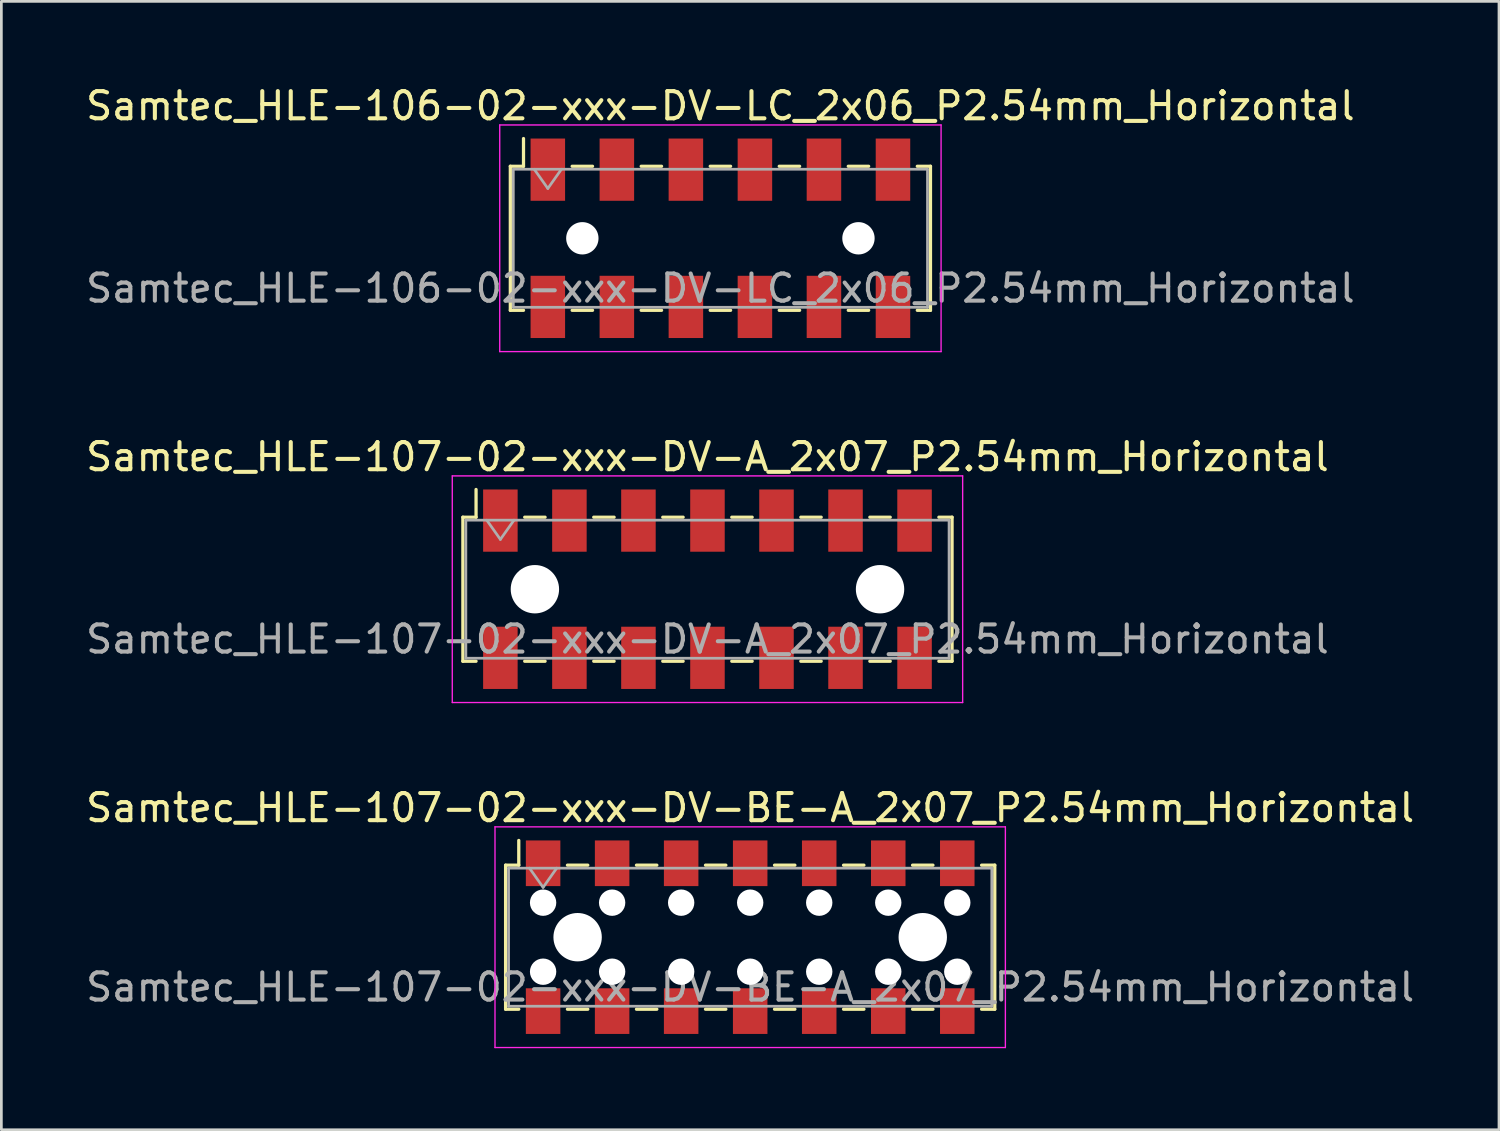
<source format=kicad_pcb>
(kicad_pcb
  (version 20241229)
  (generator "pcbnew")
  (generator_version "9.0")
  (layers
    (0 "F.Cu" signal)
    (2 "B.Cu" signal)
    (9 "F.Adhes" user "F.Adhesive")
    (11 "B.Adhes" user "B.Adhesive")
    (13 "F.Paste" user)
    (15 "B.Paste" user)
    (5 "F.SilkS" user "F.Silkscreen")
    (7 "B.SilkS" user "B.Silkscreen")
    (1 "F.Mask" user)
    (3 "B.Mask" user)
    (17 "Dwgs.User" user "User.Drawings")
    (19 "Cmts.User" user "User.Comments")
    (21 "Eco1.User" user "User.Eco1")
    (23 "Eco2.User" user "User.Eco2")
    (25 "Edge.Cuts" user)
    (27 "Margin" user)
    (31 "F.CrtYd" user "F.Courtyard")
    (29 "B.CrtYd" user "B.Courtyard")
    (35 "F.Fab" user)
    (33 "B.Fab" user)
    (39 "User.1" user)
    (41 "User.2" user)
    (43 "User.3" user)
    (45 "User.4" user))
  (footprint "Samtec_HLE-107-02-xxx-DV-A_2x07_P2.54mm_Horizontal"
    (layer "F.Cu")
    (at 22.982 18.631)
    (property "Reference" "Samtec_HLE-107-02-xxx-DV-A_2x07_P2.54mm_Horizontal" (at 0 -4.87 0) (layer "F.SilkS") (effects (font (size 1 1) (thickness 0.15))))
    (attr smd)
    (fp_line (start -9 -2.65) (end -9 2.65) (stroke (width 0.12) (type solid)) (layer "F.SilkS"))
    (fp_line (start -9 2.65) (end -8.515 2.65) (stroke (width 0.12) (type solid)) (layer "F.SilkS"))
    (fp_line (start -8.515 -3.67) (end -8.515 -2.65) (stroke (width 0.12) (type solid)) (layer "F.SilkS"))
    (fp_line (start -8.515 -2.65) (end -9 -2.65) (stroke (width 0.12) (type solid)) (layer "F.SilkS"))
    (fp_line (start -6.725 -2.65) (end -5.975 -2.65) (stroke (width 0.12) (type solid)) (layer "F.SilkS"))
    (fp_line (start -6.725 2.65) (end -5.975 2.65) (stroke (width 0.12) (type solid)) (layer "F.SilkS"))
    (fp_line (start -4.185 -2.65) (end -3.435 -2.65) (stroke (width 0.12) (type solid)) (layer "F.SilkS"))
    (fp_line (start -4.185 2.65) (end -3.435 2.65) (stroke (width 0.12) (type solid)) (layer "F.SilkS"))
    (fp_line (start -1.645 -2.65) (end -0.895 -2.65) (stroke (width 0.12) (type solid)) (layer "F.SilkS"))
    (fp_line (start -1.645 2.65) (end -0.895 2.65) (stroke (width 0.12) (type solid)) (layer "F.SilkS"))
    (fp_line (start 0.895 -2.65) (end 1.645 -2.65) (stroke (width 0.12) (type solid)) (layer "F.SilkS"))
    (fp_line (start 0.895 2.65) (end 1.645 2.65) (stroke (width 0.12) (type solid)) (layer "F.SilkS"))
    (fp_line (start 3.435 -2.65) (end 4.185 -2.65) (stroke (width 0.12) (type solid)) (layer "F.SilkS"))
    (fp_line (start 3.435 2.65) (end 4.185 2.65) (stroke (width 0.12) (type solid)) (layer "F.SilkS"))
    (fp_line (start 5.975 -2.65) (end 6.725 -2.65) (stroke (width 0.12) (type solid)) (layer "F.SilkS"))
    (fp_line (start 5.975 2.65) (end 6.725 2.65) (stroke (width 0.12) (type solid)) (layer "F.SilkS"))
    (fp_line (start 8.515 -2.65) (end 9 -2.65) (stroke (width 0.12) (type solid)) (layer "F.SilkS"))
    (fp_line (start 9 -2.65) (end 9 2.65) (stroke (width 0.12) (type solid)) (layer "F.SilkS"))
    (fp_line (start 9 2.65) (end 8.515 2.65) (stroke (width 0.12) (type solid)) (layer "F.SilkS"))
    (fp_line (start -9.39 -4.17) (end 9.39 -4.17) (stroke (width 0.05) (type solid)) (layer "F.CrtYd"))
    (fp_line (start -9.39 4.17) (end -9.39 -4.17) (stroke (width 0.05) (type solid)) (layer "F.CrtYd"))
    (fp_line (start 9.39 -4.17) (end 9.39 4.17) (stroke (width 0.05) (type solid)) (layer "F.CrtYd"))
    (fp_line (start 9.39 4.17) (end -9.39 4.17) (stroke (width 0.05) (type solid)) (layer "F.CrtYd"))
    (fp_line (start -8.89 -2.54) (end 8.89 -2.54) (stroke (width 0.1) (type solid)) (layer "F.Fab"))
    (fp_line (start -8.89 2.54) (end -8.89 -2.54) (stroke (width 0.1) (type solid)) (layer "F.Fab"))
    (fp_line (start -8.12 -2.54) (end -7.62 -1.833) (stroke (width 0.1) (type solid)) (layer "F.Fab"))
    (fp_line (start -7.62 -1.833) (end -7.12 -2.54) (stroke (width 0.1) (type solid)) (layer "F.Fab"))
    (fp_line (start 8.89 -2.54) (end 8.89 2.54) (stroke (width 0.1) (type solid)) (layer "F.Fab"))
    (fp_line (start 8.89 2.54) (end -8.89 2.54) (stroke (width 0.1) (type solid)) (layer "F.Fab"))
    (fp_text user "${REFERENCE}" (at 0 1.84 0) (layer "F.Fab") (effects (font (size 1 1) (thickness 0.15))))
    (pad "" np_thru_hole circle (at -6.35 0) (size 1.78 1.78) (drill 1.78) (layers "*.Cu" "*.Mask"))
    (pad "" np_thru_hole circle (at 6.35 0) (size 1.78 1.78) (drill 1.78) (layers "*.Cu" "*.Mask"))
    (pad "1" smd rect (at -7.62 -2.525) (size 1.27 2.29) (layers "F.Cu" "F.Mask" "F.Paste"))
    (pad "2" smd rect (at -7.62 2.525) (size 1.27 2.29) (layers "F.Cu" "F.Mask" "F.Paste"))
    (pad "3" smd rect (at -5.08 -2.525) (size 1.27 2.29) (layers "F.Cu" "F.Mask" "F.Paste"))
    (pad "4" smd rect (at -5.08 2.525) (size 1.27 2.29) (layers "F.Cu" "F.Mask" "F.Paste"))
    (pad "5" smd rect (at -2.54 -2.525) (size 1.27 2.29) (layers "F.Cu" "F.Mask" "F.Paste"))
    (pad "6" smd rect (at -2.54 2.525) (size 1.27 2.29) (layers "F.Cu" "F.Mask" "F.Paste"))
    (pad "7" smd rect (at 0 -2.525) (size 1.27 2.29) (layers "F.Cu" "F.Mask" "F.Paste"))
    (pad "8" smd rect (at 0 2.525) (size 1.27 2.29) (layers "F.Cu" "F.Mask" "F.Paste"))
    (pad "9" smd rect (at 2.54 -2.525) (size 1.27 2.29) (layers "F.Cu" "F.Mask" "F.Paste"))
    (pad "10" smd rect (at 2.54 2.525) (size 1.27 2.29) (layers "F.Cu" "F.Mask" "F.Paste"))
    (pad "11" smd rect (at 5.08 -2.525) (size 1.27 2.29) (layers "F.Cu" "F.Mask" "F.Paste"))
    (pad "12" smd rect (at 5.08 2.525) (size 1.27 2.29) (layers "F.Cu" "F.Mask" "F.Paste"))
    (pad "13" smd rect (at 7.62 -2.525) (size 1.27 2.29) (layers "F.Cu" "F.Mask" "F.Paste"))
    (pad "14" smd rect (at 7.62 2.525) (size 1.27 2.29) (layers "F.Cu" "F.Mask" "F.Paste")))
  (footprint "Samtec_HLE-107-02-xxx-DV-BE-A_2x07_P2.54mm_Horizontal"
    (layer "F.Cu")
    (at 24.554 31.435)
    (property "Reference" "Samtec_HLE-107-02-xxx-DV-BE-A_2x07_P2.54mm_Horizontal" (at 0 -4.76 0) (layer "F.SilkS") (effects (font (size 1 1) (thickness 0.15))))
    (attr smd)
    (fp_line (start -9 -2.65) (end -9 2.65) (stroke (width 0.12) (type solid)) (layer "F.SilkS"))
    (fp_line (start -9 2.65) (end -8.515 2.65) (stroke (width 0.12) (type solid)) (layer "F.SilkS"))
    (fp_line (start -8.515 -3.56) (end -8.515 -2.65) (stroke (width 0.12) (type solid)) (layer "F.SilkS"))
    (fp_line (start -8.515 -2.65) (end -9 -2.65) (stroke (width 0.12) (type solid)) (layer "F.SilkS"))
    (fp_line (start -6.725 -2.65) (end -5.975 -2.65) (stroke (width 0.12) (type solid)) (layer "F.SilkS"))
    (fp_line (start -6.725 2.65) (end -5.975 2.65) (stroke (width 0.12) (type solid)) (layer "F.SilkS"))
    (fp_line (start -4.185 -2.65) (end -3.435 -2.65) (stroke (width 0.12) (type solid)) (layer "F.SilkS"))
    (fp_line (start -4.185 2.65) (end -3.435 2.65) (stroke (width 0.12) (type solid)) (layer "F.SilkS"))
    (fp_line (start -1.645 -2.65) (end -0.895 -2.65) (stroke (width 0.12) (type solid)) (layer "F.SilkS"))
    (fp_line (start -1.645 2.65) (end -0.895 2.65) (stroke (width 0.12) (type solid)) (layer "F.SilkS"))
    (fp_line (start 0.895 -2.65) (end 1.645 -2.65) (stroke (width 0.12) (type solid)) (layer "F.SilkS"))
    (fp_line (start 0.895 2.65) (end 1.645 2.65) (stroke (width 0.12) (type solid)) (layer "F.SilkS"))
    (fp_line (start 3.435 -2.65) (end 4.185 -2.65) (stroke (width 0.12) (type solid)) (layer "F.SilkS"))
    (fp_line (start 3.435 2.65) (end 4.185 2.65) (stroke (width 0.12) (type solid)) (layer "F.SilkS"))
    (fp_line (start 5.975 -2.65) (end 6.725 -2.65) (stroke (width 0.12) (type solid)) (layer "F.SilkS"))
    (fp_line (start 5.975 2.65) (end 6.725 2.65) (stroke (width 0.12) (type solid)) (layer "F.SilkS"))
    (fp_line (start 8.515 -2.65) (end 9 -2.65) (stroke (width 0.12) (type solid)) (layer "F.SilkS"))
    (fp_line (start 9 -2.65) (end 9 2.65) (stroke (width 0.12) (type solid)) (layer "F.SilkS"))
    (fp_line (start 9 2.65) (end 8.515 2.65) (stroke (width 0.12) (type solid)) (layer "F.SilkS"))
    (fp_line (start -9.39 -4.06) (end 9.39 -4.06) (stroke (width 0.05) (type solid)) (layer "F.CrtYd"))
    (fp_line (start -9.39 4.06) (end -9.39 -4.06) (stroke (width 0.05) (type solid)) (layer "F.CrtYd"))
    (fp_line (start 9.39 -4.06) (end 9.39 4.06) (stroke (width 0.05) (type solid)) (layer "F.CrtYd"))
    (fp_line (start 9.39 4.06) (end -9.39 4.06) (stroke (width 0.05) (type solid)) (layer "F.CrtYd"))
    (fp_line (start -8.89 -2.54) (end 8.89 -2.54) (stroke (width 0.1) (type solid)) (layer "F.Fab"))
    (fp_line (start -8.89 2.54) (end -8.89 -2.54) (stroke (width 0.1) (type solid)) (layer "F.Fab"))
    (fp_line (start -8.12 -2.54) (end -7.62 -1.833) (stroke (width 0.1) (type solid)) (layer "F.Fab"))
    (fp_line (start -7.62 -1.833) (end -7.12 -2.54) (stroke (width 0.1) (type solid)) (layer "F.Fab"))
    (fp_line (start 8.89 -2.54) (end 8.89 2.54) (stroke (width 0.1) (type solid)) (layer "F.Fab"))
    (fp_line (start 8.89 2.54) (end -8.89 2.54) (stroke (width 0.1) (type solid)) (layer "F.Fab"))
    (fp_text user "${REFERENCE}" (at 0 1.84 0) (layer "F.Fab") (effects (font (size 1 1) (thickness 0.15))))
    (pad "" np_thru_hole circle (at -7.62 -1.27) (size 0.97 0.97) (drill 0.97) (layers "*.Cu" "*.Mask"))
    (pad "" np_thru_hole circle (at -7.62 1.27) (size 0.97 0.97) (drill 0.97) (layers "*.Cu" "*.Mask"))
    (pad "" np_thru_hole circle (at -6.35 0) (size 1.78 1.78) (drill 1.78) (layers "*.Cu" "*.Mask"))
    (pad "" np_thru_hole circle (at -5.08 -1.27) (size 0.97 0.97) (drill 0.97) (layers "*.Cu" "*.Mask"))
    (pad "" np_thru_hole circle (at -5.08 1.27) (size 0.97 0.97) (drill 0.97) (layers "*.Cu" "*.Mask"))
    (pad "" np_thru_hole circle (at -2.54 -1.27) (size 0.97 0.97) (drill 0.97) (layers "*.Cu" "*.Mask"))
    (pad "" np_thru_hole circle (at -2.54 1.27) (size 0.97 0.97) (drill 0.97) (layers "*.Cu" "*.Mask"))
    (pad "" np_thru_hole circle (at 0 -1.27) (size 0.97 0.97) (drill 0.97) (layers "*.Cu" "*.Mask"))
    (pad "" np_thru_hole circle (at 0 1.27) (size 0.97 0.97) (drill 0.97) (layers "*.Cu" "*.Mask"))
    (pad "" np_thru_hole circle (at 2.54 -1.27) (size 0.97 0.97) (drill 0.97) (layers "*.Cu" "*.Mask"))
    (pad "" np_thru_hole circle (at 2.54 1.27) (size 0.97 0.97) (drill 0.97) (layers "*.Cu" "*.Mask"))
    (pad "" np_thru_hole circle (at 5.08 -1.27) (size 0.97 0.97) (drill 0.97) (layers "*.Cu" "*.Mask"))
    (pad "" np_thru_hole circle (at 5.08 1.27) (size 0.97 0.97) (drill 0.97) (layers "*.Cu" "*.Mask"))
    (pad "" np_thru_hole circle (at 6.35 0) (size 1.78 1.78) (drill 1.78) (layers "*.Cu" "*.Mask"))
    (pad "" np_thru_hole circle (at 7.62 -1.27) (size 0.97 0.97) (drill 0.97) (layers "*.Cu" "*.Mask"))
    (pad "" np_thru_hole circle (at 7.62 1.27) (size 0.97 0.97) (drill 0.97) (layers "*.Cu" "*.Mask"))
    (pad "1" smd rect (at -7.62 -2.72) (size 1.27 1.68) (layers "F.Cu" "F.Mask" "F.Paste"))
    (pad "2" smd rect (at -7.62 2.72) (size 1.27 1.68) (layers "F.Cu" "F.Mask" "F.Paste"))
    (pad "3" smd rect (at -5.08 -2.72) (size 1.27 1.68) (layers "F.Cu" "F.Mask" "F.Paste"))
    (pad "4" smd rect (at -5.08 2.72) (size 1.27 1.68) (layers "F.Cu" "F.Mask" "F.Paste"))
    (pad "5" smd rect (at -2.54 -2.72) (size 1.27 1.68) (layers "F.Cu" "F.Mask" "F.Paste"))
    (pad "6" smd rect (at -2.54 2.72) (size 1.27 1.68) (layers "F.Cu" "F.Mask" "F.Paste"))
    (pad "7" smd rect (at 0 -2.72) (size 1.27 1.68) (layers "F.Cu" "F.Mask" "F.Paste"))
    (pad "8" smd rect (at 0 2.72) (size 1.27 1.68) (layers "F.Cu" "F.Mask" "F.Paste"))
    (pad "9" smd rect (at 2.54 -2.72) (size 1.27 1.68) (layers "F.Cu" "F.Mask" "F.Paste"))
    (pad "10" smd rect (at 2.54 2.72) (size 1.27 1.68) (layers "F.Cu" "F.Mask" "F.Paste"))
    (pad "11" smd rect (at 5.08 -2.72) (size 1.27 1.68) (layers "F.Cu" "F.Mask" "F.Paste"))
    (pad "12" smd rect (at 5.08 2.72) (size 1.27 1.68) (layers "F.Cu" "F.Mask" "F.Paste"))
    (pad "13" smd rect (at 7.62 -2.72) (size 1.27 1.68) (layers "F.Cu" "F.Mask" "F.Paste"))
    (pad "14" smd rect (at 7.62 2.72) (size 1.27 1.68) (layers "F.Cu" "F.Mask" "F.Paste")))
  (footprint "Samtec_HLE-106-02-xxx-DV-LC_2x06_P2.54mm_Horizontal"
    (layer "F.Cu")
    (at 23.458 5.718)
    (property "Reference" "Samtec_HLE-106-02-xxx-DV-LC_2x06_P2.54mm_Horizontal" (at 0 -4.87 0) (layer "F.SilkS") (effects (font (size 1 1) (thickness 0.15))))
    (attr smd)
    (fp_line (start -7.73 -2.65) (end -7.73 2.65) (stroke (width 0.12) (type solid)) (layer "F.SilkS"))
    (fp_line (start -7.73 2.65) (end -7.245 2.65) (stroke (width 0.12) (type solid)) (layer "F.SilkS"))
    (fp_line (start -7.245 -3.67) (end -7.245 -2.65) (stroke (width 0.12) (type solid)) (layer "F.SilkS"))
    (fp_line (start -7.245 -2.65) (end -7.73 -2.65) (stroke (width 0.12) (type solid)) (layer "F.SilkS"))
    (fp_line (start -5.455 -2.65) (end -4.705 -2.65) (stroke (width 0.12) (type solid)) (layer "F.SilkS"))
    (fp_line (start -5.455 2.65) (end -4.705 2.65) (stroke (width 0.12) (type solid)) (layer "F.SilkS"))
    (fp_line (start -2.915 -2.65) (end -2.165 -2.65) (stroke (width 0.12) (type solid)) (layer "F.SilkS"))
    (fp_line (start -2.915 2.65) (end -2.165 2.65) (stroke (width 0.12) (type solid)) (layer "F.SilkS"))
    (fp_line (start -0.375 -2.65) (end 0.375 -2.65) (stroke (width 0.12) (type solid)) (layer "F.SilkS"))
    (fp_line (start -0.375 2.65) (end 0.375 2.65) (stroke (width 0.12) (type solid)) (layer "F.SilkS"))
    (fp_line (start 2.165 -2.65) (end 2.915 -2.65) (stroke (width 0.12) (type solid)) (layer "F.SilkS"))
    (fp_line (start 2.165 2.65) (end 2.915 2.65) (stroke (width 0.12) (type solid)) (layer "F.SilkS"))
    (fp_line (start 4.705 -2.65) (end 5.455 -2.65) (stroke (width 0.12) (type solid)) (layer "F.SilkS"))
    (fp_line (start 4.705 2.65) (end 5.455 2.65) (stroke (width 0.12) (type solid)) (layer "F.SilkS"))
    (fp_line (start 7.245 -2.65) (end 7.73 -2.65) (stroke (width 0.12) (type solid)) (layer "F.SilkS"))
    (fp_line (start 7.73 -2.65) (end 7.73 2.65) (stroke (width 0.12) (type solid)) (layer "F.SilkS"))
    (fp_line (start 7.73 2.65) (end 7.245 2.65) (stroke (width 0.12) (type solid)) (layer "F.SilkS"))
    (fp_line (start -8.12 -4.17) (end 8.12 -4.17) (stroke (width 0.05) (type solid)) (layer "F.CrtYd"))
    (fp_line (start -8.12 4.17) (end -8.12 -4.17) (stroke (width 0.05) (type solid)) (layer "F.CrtYd"))
    (fp_line (start 8.12 -4.17) (end 8.12 4.17) (stroke (width 0.05) (type solid)) (layer "F.CrtYd"))
    (fp_line (start 8.12 4.17) (end -8.12 4.17) (stroke (width 0.05) (type solid)) (layer "F.CrtYd"))
    (fp_line (start -7.62 -2.54) (end 7.62 -2.54) (stroke (width 0.1) (type solid)) (layer "F.Fab"))
    (fp_line (start -7.62 2.54) (end -7.62 -2.54) (stroke (width 0.1) (type solid)) (layer "F.Fab"))
    (fp_line (start -6.85 -2.54) (end -6.35 -1.833) (stroke (width 0.1) (type solid)) (layer "F.Fab"))
    (fp_line (start -6.35 -1.833) (end -5.85 -2.54) (stroke (width 0.1) (type solid)) (layer "F.Fab"))
    (fp_line (start 7.62 -2.54) (end 7.62 2.54) (stroke (width 0.1) (type solid)) (layer "F.Fab"))
    (fp_line (start 7.62 2.54) (end -7.62 2.54) (stroke (width 0.1) (type solid)) (layer "F.Fab"))
    (fp_text user "${REFERENCE}" (at 0 1.84 0) (layer "F.Fab") (effects (font (size 1 1) (thickness 0.15))))
    (pad "" np_thru_hole circle (at -5.08 0) (size 1.19 1.19) (drill 1.19) (layers "*.Cu" "*.Mask"))
    (pad "" np_thru_hole circle (at 5.08 0) (size 1.19 1.19) (drill 1.19) (layers "*.Cu" "*.Mask"))
    (pad "1" smd rect (at -6.35 -2.525) (size 1.27 2.29) (layers "F.Cu" "F.Mask" "F.Paste"))
    (pad "2" smd rect (at -6.35 2.525) (size 1.27 2.29) (layers "F.Cu" "F.Mask" "F.Paste"))
    (pad "3" smd rect (at -3.81 -2.525) (size 1.27 2.29) (layers "F.Cu" "F.Mask" "F.Paste"))
    (pad "4" smd rect (at -3.81 2.525) (size 1.27 2.29) (layers "F.Cu" "F.Mask" "F.Paste"))
    (pad "5" smd rect (at -1.27 -2.525) (size 1.27 2.29) (layers "F.Cu" "F.Mask" "F.Paste"))
    (pad "6" smd rect (at -1.27 2.525) (size 1.27 2.29) (layers "F.Cu" "F.Mask" "F.Paste"))
    (pad "7" smd rect (at 1.27 -2.525) (size 1.27 2.29) (layers "F.Cu" "F.Mask" "F.Paste"))
    (pad "8" smd rect (at 1.27 2.525) (size 1.27 2.29) (layers "F.Cu" "F.Mask" "F.Paste"))
    (pad "9" smd rect (at 3.81 -2.525) (size 1.27 2.29) (layers "F.Cu" "F.Mask" "F.Paste"))
    (pad "10" smd rect (at 3.81 2.525) (size 1.27 2.29) (layers "F.Cu" "F.Mask" "F.Paste"))
    (pad "11" smd rect (at 6.35 -2.525) (size 1.27 2.29) (layers "F.Cu" "F.Mask" "F.Paste"))
    (pad "12" smd rect (at 6.35 2.525) (size 1.27 2.29) (layers "F.Cu" "F.Mask" "F.Paste")))
  (gr_rect
    (start -3 -3)
    (end 52.107 38.52)
    (stroke (width 0.1) (type default))
    (fill no)
    (layer "Edge.Cuts")))
</source>
